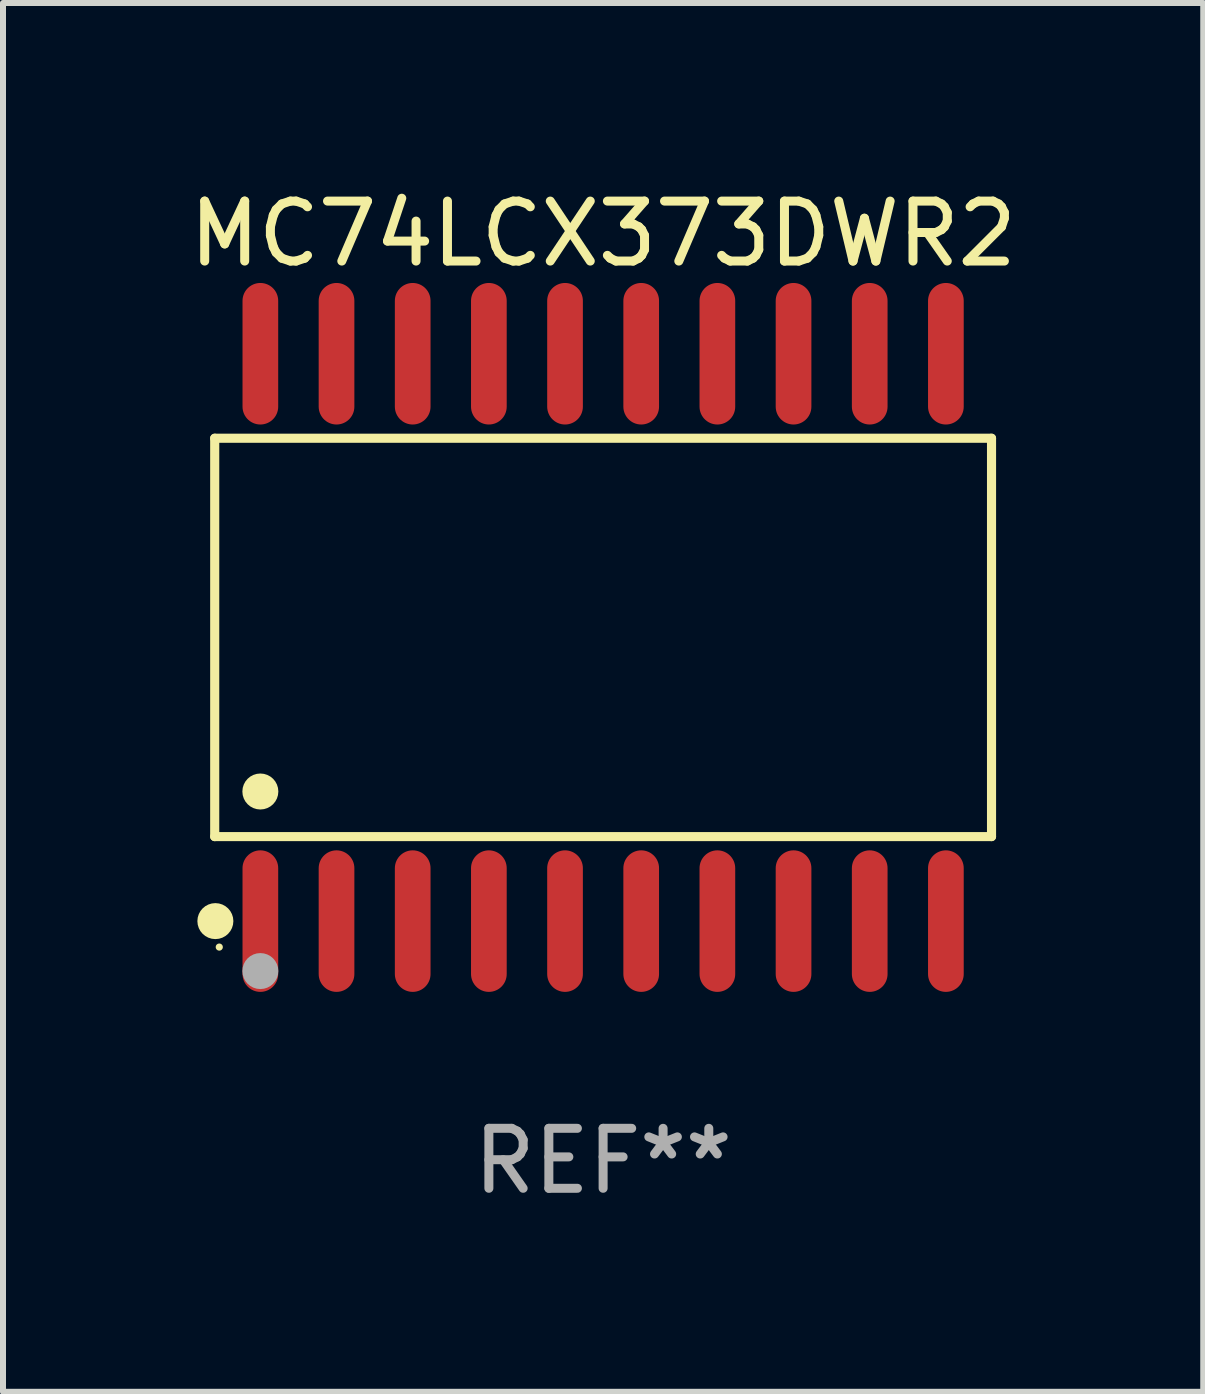
<source format=kicad_pcb>
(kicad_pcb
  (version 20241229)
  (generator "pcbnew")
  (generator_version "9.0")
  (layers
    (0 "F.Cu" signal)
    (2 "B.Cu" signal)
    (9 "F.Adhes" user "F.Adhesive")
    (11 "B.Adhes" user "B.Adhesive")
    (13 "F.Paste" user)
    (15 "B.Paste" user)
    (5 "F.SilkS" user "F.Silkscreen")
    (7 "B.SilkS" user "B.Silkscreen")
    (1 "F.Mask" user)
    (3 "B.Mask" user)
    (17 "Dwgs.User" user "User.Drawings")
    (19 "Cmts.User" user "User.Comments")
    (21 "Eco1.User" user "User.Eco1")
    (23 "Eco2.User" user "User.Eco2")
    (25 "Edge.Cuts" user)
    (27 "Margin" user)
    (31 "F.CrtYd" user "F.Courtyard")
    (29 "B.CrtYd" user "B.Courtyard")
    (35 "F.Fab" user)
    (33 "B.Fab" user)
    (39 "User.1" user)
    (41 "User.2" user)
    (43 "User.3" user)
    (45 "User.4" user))
  (footprint "MC74LCX373DWR2"
    (layer "F.Cu")
    (at 7.006 7.578)
    (property "Reference" "MC74LCX373DWR2" (at 0 -6.73 0) (layer "F.SilkS") (effects (font (size 1 1) (thickness 0.15))))
    (attr through_hole)
    (fp_line (start -6.476 -3.321) (end 6.476 -3.321) (stroke (width 0.152) (type solid)) (layer "F.SilkS"))
    (fp_line (start -6.476 3.321) (end -6.476 -3.321) (stroke (width 0.152) (type solid)) (layer "F.SilkS"))
    (fp_line (start 6.476 -3.321) (end 6.476 3.321) (stroke (width 0.152) (type solid)) (layer "F.SilkS"))
    (fp_line (start 6.476 3.321) (end -6.476 3.321) (stroke (width 0.152) (type solid)) (layer "F.SilkS"))
    (fp_circle (center -6.465 4.73) (end -6.315 4.73) (stroke (width 0.3) (type solid)) (fill no) (layer "F.SilkS"))
    (fp_circle (center -6.4 5.163) (end -6.37 5.163) (stroke (width 0.06) (type solid)) (fill no) (layer "F.SilkS"))
    (fp_circle (center -5.715 2.569) (end -5.565 2.569) (stroke (width 0.3) (type solid)) (fill no) (layer "F.SilkS"))
    (fp_circle (center -5.715 5.563) (end -5.565 5.563) (stroke (width 0.3) (type solid)) (fill no) (layer "F.Fab"))
    (fp_text user "REF**" (at 0 8.73 0) (layer "F.Fab") (effects (font (size 1 1) (thickness 0.15))))
    (pad "1" smd oval (at -5.715 4.73) (size 0.595 2.36) (layers "F.Cu" "F.Mask" "F.Paste"))
    (pad "2" smd oval (at -4.445 4.73) (size 0.595 2.36) (layers "F.Cu" "F.Mask" "F.Paste"))
    (pad "3" smd oval (at -3.175 4.73) (size 0.595 2.36) (layers "F.Cu" "F.Mask" "F.Paste"))
    (pad "4" smd oval (at -1.905 4.73) (size 0.595 2.36) (layers "F.Cu" "F.Mask" "F.Paste"))
    (pad "5" smd oval (at -0.635 4.73) (size 0.595 2.36) (layers "F.Cu" "F.Mask" "F.Paste"))
    (pad "6" smd oval (at 0.635 4.73) (size 0.595 2.36) (layers "F.Cu" "F.Mask" "F.Paste"))
    (pad "7" smd oval (at 1.905 4.73) (size 0.595 2.36) (layers "F.Cu" "F.Mask" "F.Paste"))
    (pad "8" smd oval (at 3.175 4.73) (size 0.595 2.36) (layers "F.Cu" "F.Mask" "F.Paste"))
    (pad "9" smd oval (at 4.445 4.73) (size 0.595 2.36) (layers "F.Cu" "F.Mask" "F.Paste"))
    (pad "10" smd oval (at 5.715 4.73) (size 0.595 2.36) (layers "F.Cu" "F.Mask" "F.Paste"))
    (pad "11" smd oval (at 5.715 -4.73) (size 0.595 2.36) (layers "F.Cu" "F.Mask" "F.Paste"))
    (pad "12" smd oval (at 4.445 -4.73) (size 0.595 2.36) (layers "F.Cu" "F.Mask" "F.Paste"))
    (pad "13" smd oval (at 3.175 -4.73) (size 0.595 2.36) (layers "F.Cu" "F.Mask" "F.Paste"))
    (pad "14" smd oval (at 1.905 -4.73) (size 0.595 2.36) (layers "F.Cu" "F.Mask" "F.Paste"))
    (pad "15" smd oval (at 0.635 -4.73) (size 0.595 2.36) (layers "F.Cu" "F.Mask" "F.Paste"))
    (pad "16" smd oval (at -0.635 -4.73) (size 0.595 2.36) (layers "F.Cu" "F.Mask" "F.Paste"))
    (pad "17" smd oval (at -1.905 -4.73) (size 0.595 2.36) (layers "F.Cu" "F.Mask" "F.Paste"))
    (pad "18" smd oval (at -3.175 -4.73) (size 0.595 2.36) (layers "F.Cu" "F.Mask" "F.Paste"))
    (pad "19" smd oval (at -4.445 -4.73) (size 0.595 2.36) (layers "F.Cu" "F.Mask" "F.Paste"))
    (pad "20" smd oval (at -5.715 -4.73) (size 0.595 2.36) (layers "F.Cu" "F.Mask" "F.Paste")))
  (gr_rect
    (start -3 -3)
    (end 17.012 20.156)
    (stroke (width 0.1) (type default))
    (fill no)
    (layer "Edge.Cuts")))
</source>
